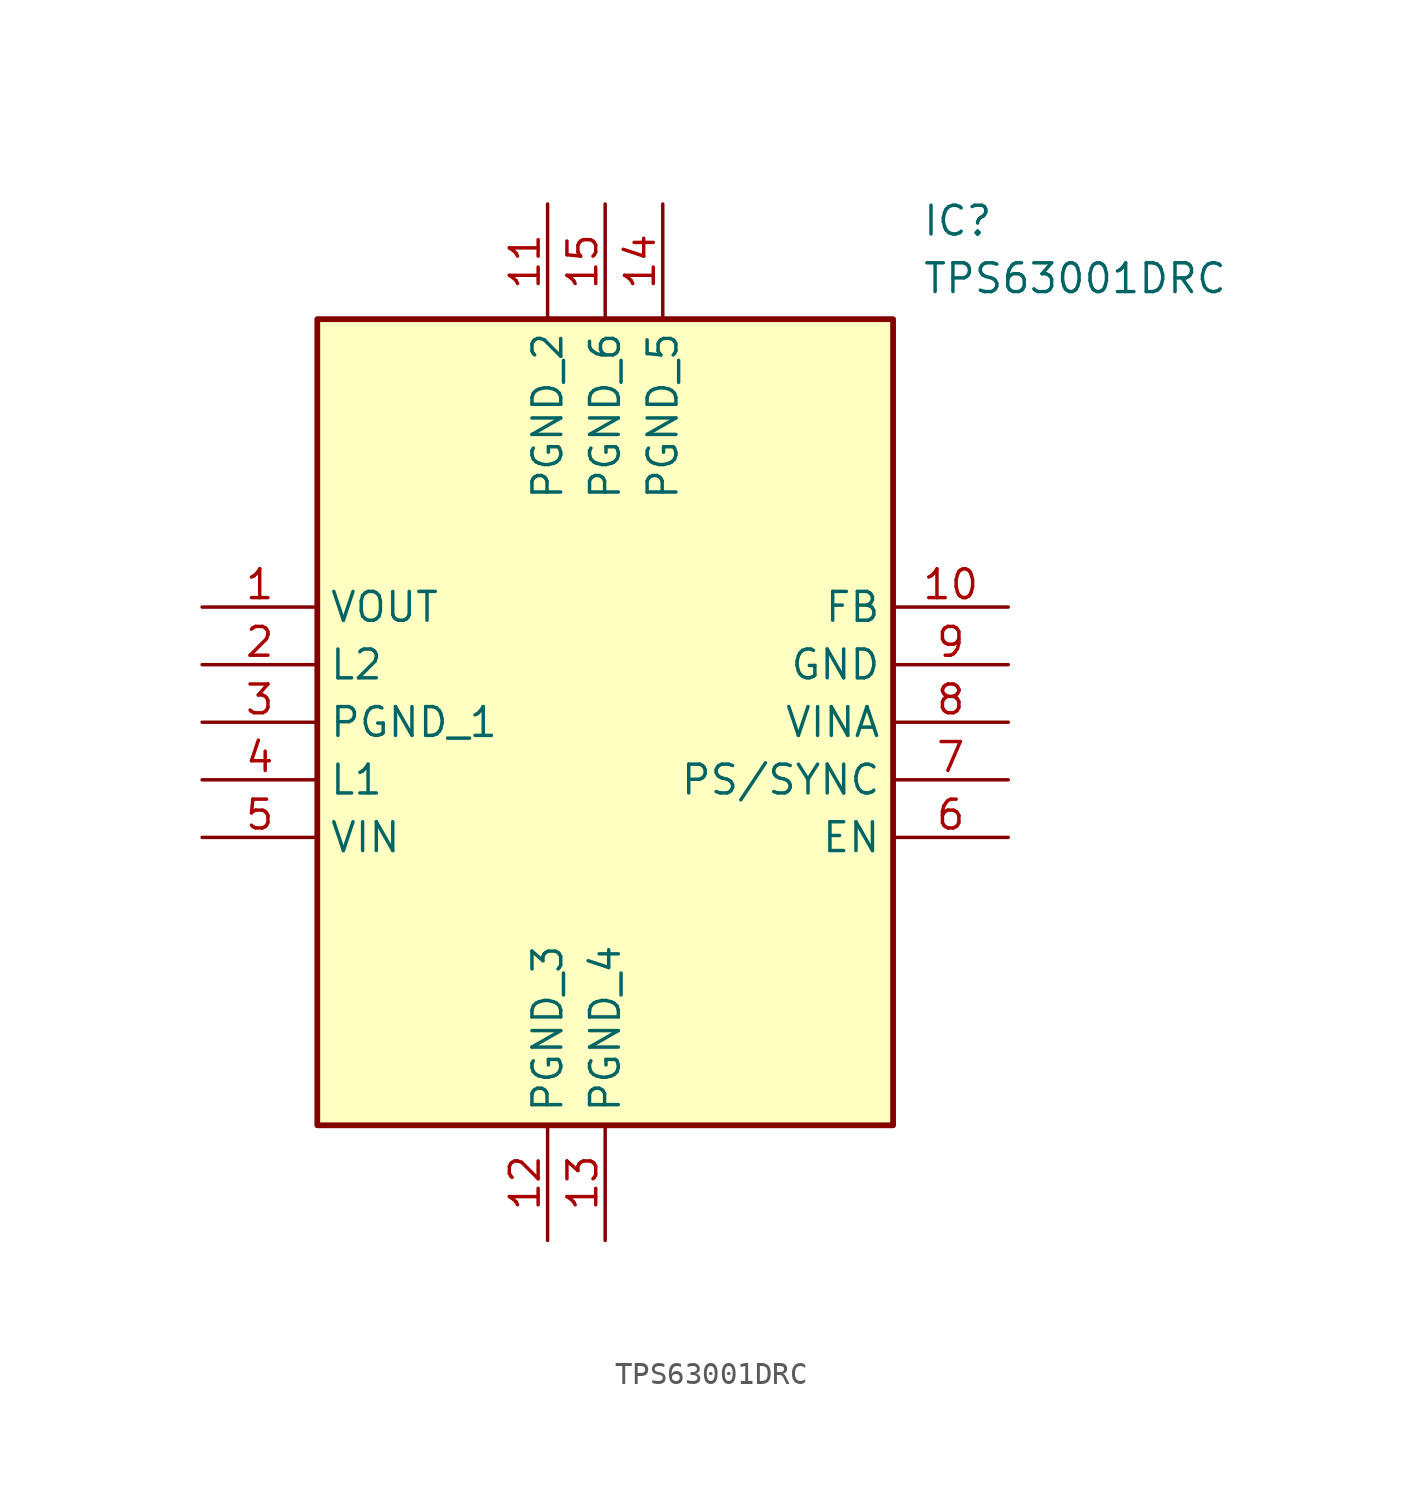
<source format=kicad_sym>
(kicad_symbol_lib
  (version 20211014)
  (generator SamacSys_ECAD_Model)
  (symbol "TPS63001DRC"
    (property "Reference" "IC"
      (at 31.75 17.78 0)
      (effects (font (size 1.27 1.27)) (justify left top)))
    (property "Value" "TPS63001DRC"
      (at 31.75 15.24 0)
      (effects (font (size 1.27 1.27)) (justify left top)))
    (rectangle
      (start 5.08 12.7)
      (end 30.48 -22.86)
      (stroke (width 0.254) (type default))
      (fill (type background)))
    (pin passive line
      (at 0 0 0)
      (length 5.08)
      (name "VOUT" (effects (font (size 1.27 1.27))))
      (number "1" (effects (font (size 1.27 1.27)))))
    (pin passive line
      (at 0 -2.54 0)
      (length 5.08)
      (name "L2" (effects (font (size 1.27 1.27))))
      (number "2" (effects (font (size 1.27 1.27)))))
    (pin passive line
      (at 0 -5.08 0)
      (length 5.08)
      (name "PGND_1" (effects (font (size 1.27 1.27))))
      (number "3" (effects (font (size 1.27 1.27)))))
    (pin passive line
      (at 0 -7.62 0)
      (length 5.08)
      (name "L1" (effects (font (size 1.27 1.27))))
      (number "4" (effects (font (size 1.27 1.27)))))
    (pin passive line
      (at 0 -10.16 0)
      (length 5.08)
      (name "VIN" (effects (font (size 1.27 1.27))))
      (number "5" (effects (font (size 1.27 1.27)))))
    (pin passive line
      (at 35.56 -10.16 180)
      (length 5.08)
      (name "EN" (effects (font (size 1.27 1.27))))
      (number "6" (effects (font (size 1.27 1.27)))))
    (pin passive line
      (at 35.56 -7.62 180)
      (length 5.08)
      (name "PS/SYNC" (effects (font (size 1.27 1.27))))
      (number "7" (effects (font (size 1.27 1.27)))))
    (pin passive line
      (at 35.56 -5.08 180)
      (length 5.08)
      (name "VINA" (effects (font (size 1.27 1.27))))
      (number "8" (effects (font (size 1.27 1.27)))))
    (pin passive line
      (at 35.56 -2.54 180)
      (length 5.08)
      (name "GND" (effects (font (size 1.27 1.27))))
      (number "9" (effects (font (size 1.27 1.27)))))
    (pin passive line
      (at 35.56 0 180)
      (length 5.08)
      (name "FB" (effects (font (size 1.27 1.27))))
      (number "10" (effects (font (size 1.27 1.27)))))
    (pin passive line
      (at 15.24 17.78 270)
      (length 5.08)
      (name "PGND_2" (effects (font (size 1.27 1.27))))
      (number "11" (effects (font (size 1.27 1.27)))))
    (pin passive line
      (at 15.24 -27.94 90)
      (length 5.08)
      (name "PGND_3" (effects (font (size 1.27 1.27))))
      (number "12" (effects (font (size 1.27 1.27)))))
    (pin passive line
      (at 17.78 -27.94 90)
      (length 5.08)
      (name "PGND_4" (effects (font (size 1.27 1.27))))
      (number "13" (effects (font (size 1.27 1.27)))))
    (pin passive line
      (at 20.32 17.78 270)
      (length 5.08)
      (name "PGND_5" (effects (font (size 1.27 1.27))))
      (number "14" (effects (font (size 1.27 1.27)))))
    (pin passive line
      (at 17.78 17.78 270)
      (length 5.08)
      (name "PGND_6" (effects (font (size 1.27 1.27))))
      (number "15" (effects (font (size 1.27 1.27)))))))
</source>
